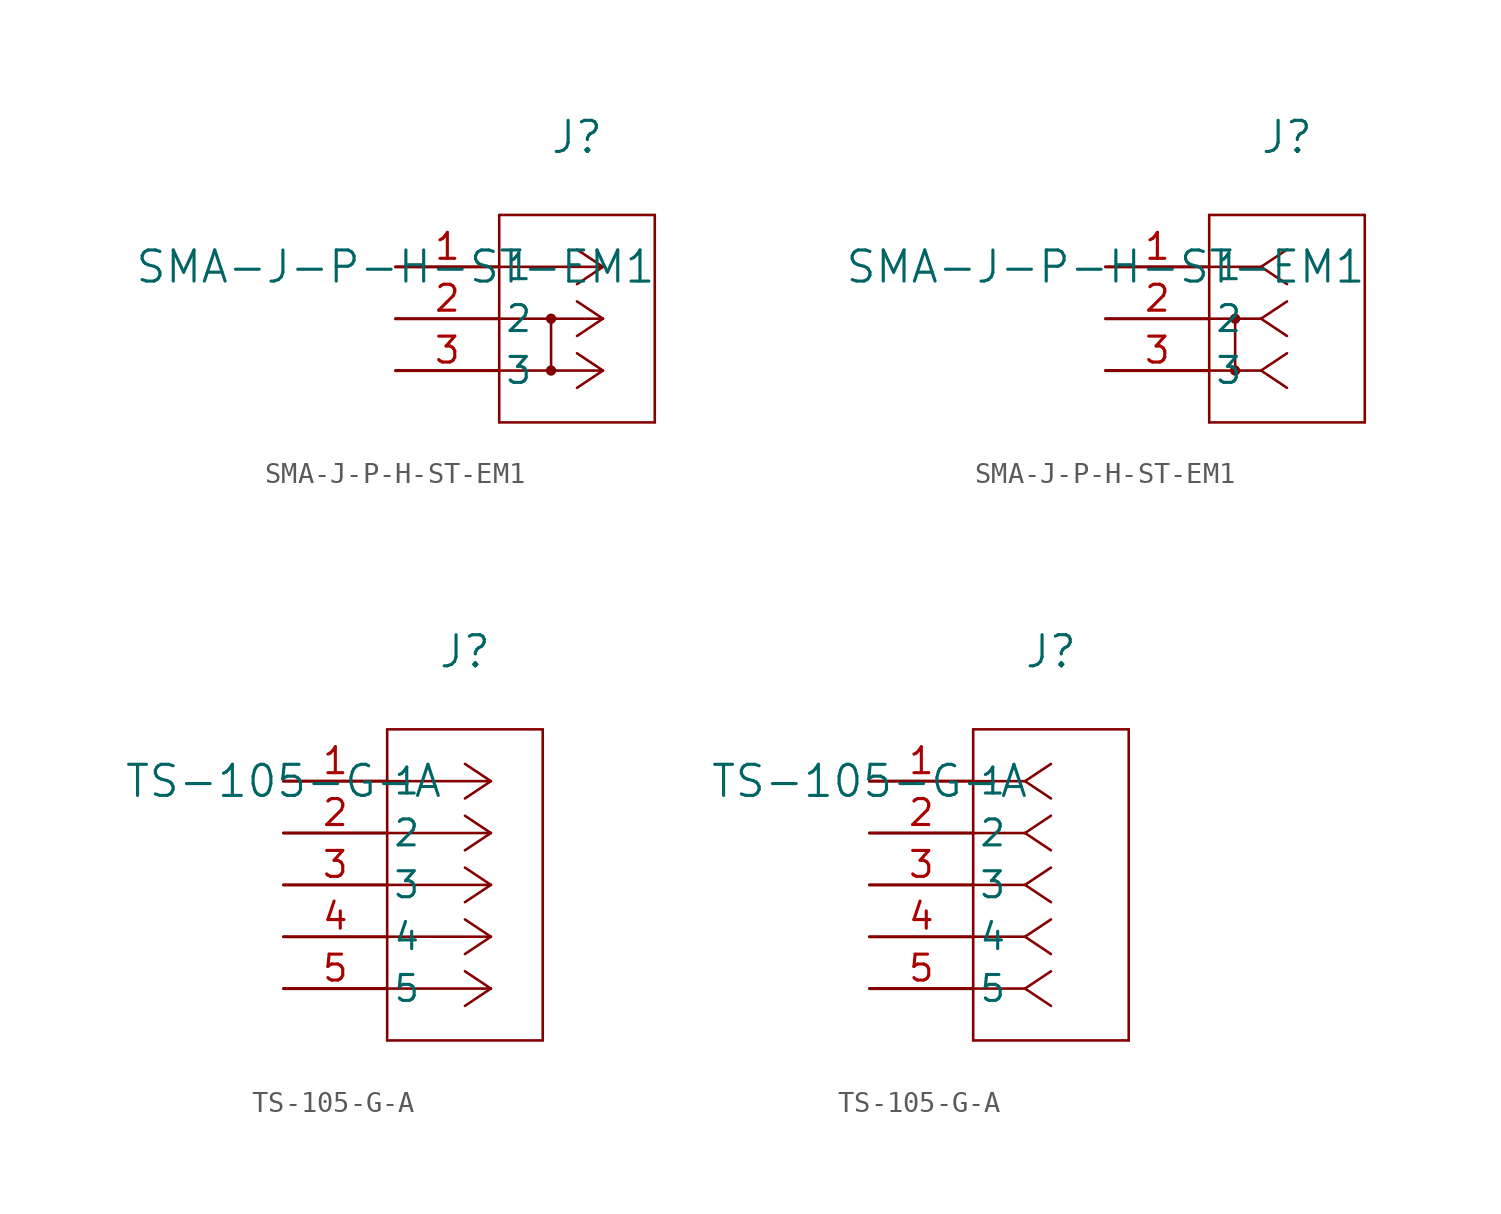
<source format=kicad_sym>
(kicad_symbol_lib
  (version 20231120)
  (generator "kicad_symbol_editor")
  (generator_version "8.0")
  (symbol "SMA-J-P-H-ST-EM1"
    (pin_names
      (offset 0.254))
    (property "Reference" "J"
      (at 8.89 6.35 0)
      (effects (font (size 1.524 1.524))))
    (property "Value" "SMA-J-P-H-ST-EM1"
      (at 0 0 0)
      (effects (font (size 1.524 1.524))))
    (property "ki_locked" ""
      (at 0 0 0)
      (effects (font (size 1.27 1.27))))
    (symbol "SMA-J-P-H-ST-EM1_1_1"
      (polyline (pts (xy 5.08 -7.62) (xy 12.7 -7.62)) (stroke (width 0.127) (type default)) (fill (type none)))
      (polyline (pts (xy 5.08 2.54) (xy 5.08 -7.62)) (stroke (width 0.127) (type default)) (fill (type none)))
      (polyline (pts (xy 7.62 -2.54) (xy 7.62 -5.08)) (stroke (width 0.127) (type default)) (fill (type none)))
      (polyline (pts (xy 10.16 -5.08) (xy 5.08 -5.08)) (stroke (width 0.127) (type default)) (fill (type none)))
      (polyline (pts (xy 10.16 -5.08) (xy 8.89 -5.927)) (stroke (width 0.127) (type default)) (fill (type none)))
      (polyline (pts (xy 10.16 -5.08) (xy 8.89 -4.233)) (stroke (width 0.127) (type default)) (fill (type none)))
      (polyline (pts (xy 10.16 -2.54) (xy 5.08 -2.54)) (stroke (width 0.127) (type default)) (fill (type none)))
      (polyline (pts (xy 10.16 -2.54) (xy 8.89 -3.387)) (stroke (width 0.127) (type default)) (fill (type none)))
      (polyline (pts (xy 10.16 -2.54) (xy 8.89 -1.693)) (stroke (width 0.127) (type default)) (fill (type none)))
      (polyline (pts (xy 10.16 0) (xy 5.08 0)) (stroke (width 0.127) (type default)) (fill (type none)))
      (polyline (pts (xy 10.16 0) (xy 8.89 -0.847)) (stroke (width 0.127) (type default)) (fill (type none)))
      (polyline (pts (xy 10.16 0) (xy 8.89 0.847)) (stroke (width 0.127) (type default)) (fill (type none)))
      (polyline (pts (xy 12.7 -7.62) (xy 12.7 2.54)) (stroke (width 0.127) (type default)) (fill (type none)))
      (polyline (pts (xy 12.7 2.54) (xy 5.08 2.54)) (stroke (width 0.127) (type default)) (fill (type none)))
      (circle (center 7.62 -5.08) (radius 0.127) (stroke (width 0.254) (type default)) (fill (type none)))
      (circle (center 7.62 -2.54) (radius 0.127) (stroke (width 0.254) (type default)) (fill (type none)))
      (pin unspecified line (at 0 0 0) (length 5.08) (name "1" (effects (font (size 1.27 1.27)))) (number "1" (effects (font (size 1.27 1.27)))))
      (pin unspecified line (at 0 -2.54 0) (length 5.08) (name "2" (effects (font (size 1.27 1.27)))) (number "2" (effects (font (size 1.27 1.27)))))
      (pin unspecified line (at 0 -5.08 0) (length 5.08) (name "3" (effects (font (size 1.27 1.27)))) (number "3" (effects (font (size 1.27 1.27))))))
    (symbol "SMA-J-P-H-ST-EM1_1_2"
      (polyline (pts (xy 5.08 -7.62) (xy 12.7 -7.62)) (stroke (width 0.127) (type default)) (fill (type none)))
      (polyline (pts (xy 5.08 2.54) (xy 5.08 -7.62)) (stroke (width 0.127) (type default)) (fill (type none)))
      (polyline (pts (xy 6.35 -2.54) (xy 6.35 -5.08)) (stroke (width 0.127) (type default)) (fill (type none)))
      (polyline (pts (xy 7.62 -5.08) (xy 5.08 -5.08)) (stroke (width 0.127) (type default)) (fill (type none)))
      (polyline (pts (xy 7.62 -5.08) (xy 8.89 -5.927)) (stroke (width 0.127) (type default)) (fill (type none)))
      (polyline (pts (xy 7.62 -5.08) (xy 8.89 -4.233)) (stroke (width 0.127) (type default)) (fill (type none)))
      (polyline (pts (xy 7.62 -2.54) (xy 5.08 -2.54)) (stroke (width 0.127) (type default)) (fill (type none)))
      (polyline (pts (xy 7.62 -2.54) (xy 8.89 -3.387)) (stroke (width 0.127) (type default)) (fill (type none)))
      (polyline (pts (xy 7.62 -2.54) (xy 8.89 -1.693)) (stroke (width 0.127) (type default)) (fill (type none)))
      (polyline (pts (xy 7.62 0) (xy 5.08 0)) (stroke (width 0.127) (type default)) (fill (type none)))
      (polyline (pts (xy 7.62 0) (xy 8.89 -0.847)) (stroke (width 0.127) (type default)) (fill (type none)))
      (polyline (pts (xy 7.62 0) (xy 8.89 0.847)) (stroke (width 0.127) (type default)) (fill (type none)))
      (polyline (pts (xy 12.7 -7.62) (xy 12.7 2.54)) (stroke (width 0.127) (type default)) (fill (type none)))
      (polyline (pts (xy 12.7 2.54) (xy 5.08 2.54)) (stroke (width 0.127) (type default)) (fill (type none)))
      (circle (center 6.35 -5.08) (radius 0.127) (stroke (width 0.254) (type default)) (fill (type none)))
      (circle (center 6.35 -2.54) (radius 0.127) (stroke (width 0.254) (type default)) (fill (type none)))
      (pin unspecified line (at 0 0 0) (length 5.08) (name "1" (effects (font (size 1.27 1.27)))) (number "1" (effects (font (size 1.27 1.27)))))
      (pin unspecified line (at 0 -2.54 0) (length 5.08) (name "2" (effects (font (size 1.27 1.27)))) (number "2" (effects (font (size 1.27 1.27)))))
      (pin unspecified line (at 0 -5.08 0) (length 5.08) (name "3" (effects (font (size 1.27 1.27)))) (number "3" (effects (font (size 1.27 1.27)))))))
  (symbol "TS-105-G-A"
    (pin_names
      (offset 0.254))
    (property "Reference" "J"
      (at 8.89 6.35 0)
      (effects (font (size 1.524 1.524))))
    (property "Value" "TS-105-G-A"
      (at 0 0 0)
      (effects (font (size 1.524 1.524))))
    (property "ki_locked" ""
      (at 0 0 0)
      (effects (font (size 1.27 1.27))))
    (symbol "TS-105-G-A_1_1"
      (polyline (pts (xy 5.08 -12.7) (xy 12.7 -12.7)) (stroke (width 0.127) (type default)) (fill (type none)))
      (polyline (pts (xy 5.08 2.54) (xy 5.08 -12.7)) (stroke (width 0.127) (type default)) (fill (type none)))
      (polyline (pts (xy 10.16 -10.16) (xy 5.08 -10.16)) (stroke (width 0.127) (type default)) (fill (type none)))
      (polyline (pts (xy 10.16 -10.16) (xy 8.89 -11.007)) (stroke (width 0.127) (type default)) (fill (type none)))
      (polyline (pts (xy 10.16 -10.16) (xy 8.89 -9.313)) (stroke (width 0.127) (type default)) (fill (type none)))
      (polyline (pts (xy 10.16 -7.62) (xy 5.08 -7.62)) (stroke (width 0.127) (type default)) (fill (type none)))
      (polyline (pts (xy 10.16 -7.62) (xy 8.89 -8.467)) (stroke (width 0.127) (type default)) (fill (type none)))
      (polyline (pts (xy 10.16 -7.62) (xy 8.89 -6.773)) (stroke (width 0.127) (type default)) (fill (type none)))
      (polyline (pts (xy 10.16 -5.08) (xy 5.08 -5.08)) (stroke (width 0.127) (type default)) (fill (type none)))
      (polyline (pts (xy 10.16 -5.08) (xy 8.89 -5.927)) (stroke (width 0.127) (type default)) (fill (type none)))
      (polyline (pts (xy 10.16 -5.08) (xy 8.89 -4.233)) (stroke (width 0.127) (type default)) (fill (type none)))
      (polyline (pts (xy 10.16 -2.54) (xy 5.08 -2.54)) (stroke (width 0.127) (type default)) (fill (type none)))
      (polyline (pts (xy 10.16 -2.54) (xy 8.89 -3.387)) (stroke (width 0.127) (type default)) (fill (type none)))
      (polyline (pts (xy 10.16 -2.54) (xy 8.89 -1.693)) (stroke (width 0.127) (type default)) (fill (type none)))
      (polyline (pts (xy 10.16 0) (xy 5.08 0)) (stroke (width 0.127) (type default)) (fill (type none)))
      (polyline (pts (xy 10.16 0) (xy 8.89 -0.847)) (stroke (width 0.127) (type default)) (fill (type none)))
      (polyline (pts (xy 10.16 0) (xy 8.89 0.847)) (stroke (width 0.127) (type default)) (fill (type none)))
      (polyline (pts (xy 12.7 -12.7) (xy 12.7 2.54)) (stroke (width 0.127) (type default)) (fill (type none)))
      (polyline (pts (xy 12.7 2.54) (xy 5.08 2.54)) (stroke (width 0.127) (type default)) (fill (type none)))
      (pin unspecified line (at 0 0 0) (length 5.08) (name "1" (effects (font (size 1.27 1.27)))) (number "1" (effects (font (size 1.27 1.27)))))
      (pin unspecified line (at 0 -2.54 0) (length 5.08) (name "2" (effects (font (size 1.27 1.27)))) (number "2" (effects (font (size 1.27 1.27)))))
      (pin unspecified line (at 0 -5.08 0) (length 5.08) (name "3" (effects (font (size 1.27 1.27)))) (number "3" (effects (font (size 1.27 1.27)))))
      (pin unspecified line (at 0 -7.62 0) (length 5.08) (name "4" (effects (font (size 1.27 1.27)))) (number "4" (effects (font (size 1.27 1.27)))))
      (pin unspecified line (at 0 -10.16 0) (length 5.08) (name "5" (effects (font (size 1.27 1.27)))) (number "5" (effects (font (size 1.27 1.27))))))
    (symbol "TS-105-G-A_1_2"
      (polyline (pts (xy 5.08 -12.7) (xy 12.7 -12.7)) (stroke (width 0.127) (type default)) (fill (type none)))
      (polyline (pts (xy 5.08 2.54) (xy 5.08 -12.7)) (stroke (width 0.127) (type default)) (fill (type none)))
      (polyline (pts (xy 7.62 -10.16) (xy 5.08 -10.16)) (stroke (width 0.127) (type default)) (fill (type none)))
      (polyline (pts (xy 7.62 -10.16) (xy 8.89 -11.007)) (stroke (width 0.127) (type default)) (fill (type none)))
      (polyline (pts (xy 7.62 -10.16) (xy 8.89 -9.313)) (stroke (width 0.127) (type default)) (fill (type none)))
      (polyline (pts (xy 7.62 -7.62) (xy 5.08 -7.62)) (stroke (width 0.127) (type default)) (fill (type none)))
      (polyline (pts (xy 7.62 -7.62) (xy 8.89 -8.467)) (stroke (width 0.127) (type default)) (fill (type none)))
      (polyline (pts (xy 7.62 -7.62) (xy 8.89 -6.773)) (stroke (width 0.127) (type default)) (fill (type none)))
      (polyline (pts (xy 7.62 -5.08) (xy 5.08 -5.08)) (stroke (width 0.127) (type default)) (fill (type none)))
      (polyline (pts (xy 7.62 -5.08) (xy 8.89 -5.927)) (stroke (width 0.127) (type default)) (fill (type none)))
      (polyline (pts (xy 7.62 -5.08) (xy 8.89 -4.233)) (stroke (width 0.127) (type default)) (fill (type none)))
      (polyline (pts (xy 7.62 -2.54) (xy 5.08 -2.54)) (stroke (width 0.127) (type default)) (fill (type none)))
      (polyline (pts (xy 7.62 -2.54) (xy 8.89 -3.387)) (stroke (width 0.127) (type default)) (fill (type none)))
      (polyline (pts (xy 7.62 -2.54) (xy 8.89 -1.693)) (stroke (width 0.127) (type default)) (fill (type none)))
      (polyline (pts (xy 7.62 0) (xy 5.08 0)) (stroke (width 0.127) (type default)) (fill (type none)))
      (polyline (pts (xy 7.62 0) (xy 8.89 -0.847)) (stroke (width 0.127) (type default)) (fill (type none)))
      (polyline (pts (xy 7.62 0) (xy 8.89 0.847)) (stroke (width 0.127) (type default)) (fill (type none)))
      (polyline (pts (xy 12.7 -12.7) (xy 12.7 2.54)) (stroke (width 0.127) (type default)) (fill (type none)))
      (polyline (pts (xy 12.7 2.54) (xy 5.08 2.54)) (stroke (width 0.127) (type default)) (fill (type none)))
      (pin unspecified line (at 0 0 0) (length 5.08) (name "1" (effects (font (size 1.27 1.27)))) (number "1" (effects (font (size 1.27 1.27)))))
      (pin unspecified line (at 0 -2.54 0) (length 5.08) (name "2" (effects (font (size 1.27 1.27)))) (number "2" (effects (font (size 1.27 1.27)))))
      (pin unspecified line (at 0 -5.08 0) (length 5.08) (name "3" (effects (font (size 1.27 1.27)))) (number "3" (effects (font (size 1.27 1.27)))))
      (pin unspecified line (at 0 -7.62 0) (length 5.08) (name "4" (effects (font (size 1.27 1.27)))) (number "4" (effects (font (size 1.27 1.27)))))
      (pin unspecified line (at 0 -10.16 0) (length 5.08) (name "5" (effects (font (size 1.27 1.27)))) (number "5" (effects (font (size 1.27 1.27))))))))
</source>
